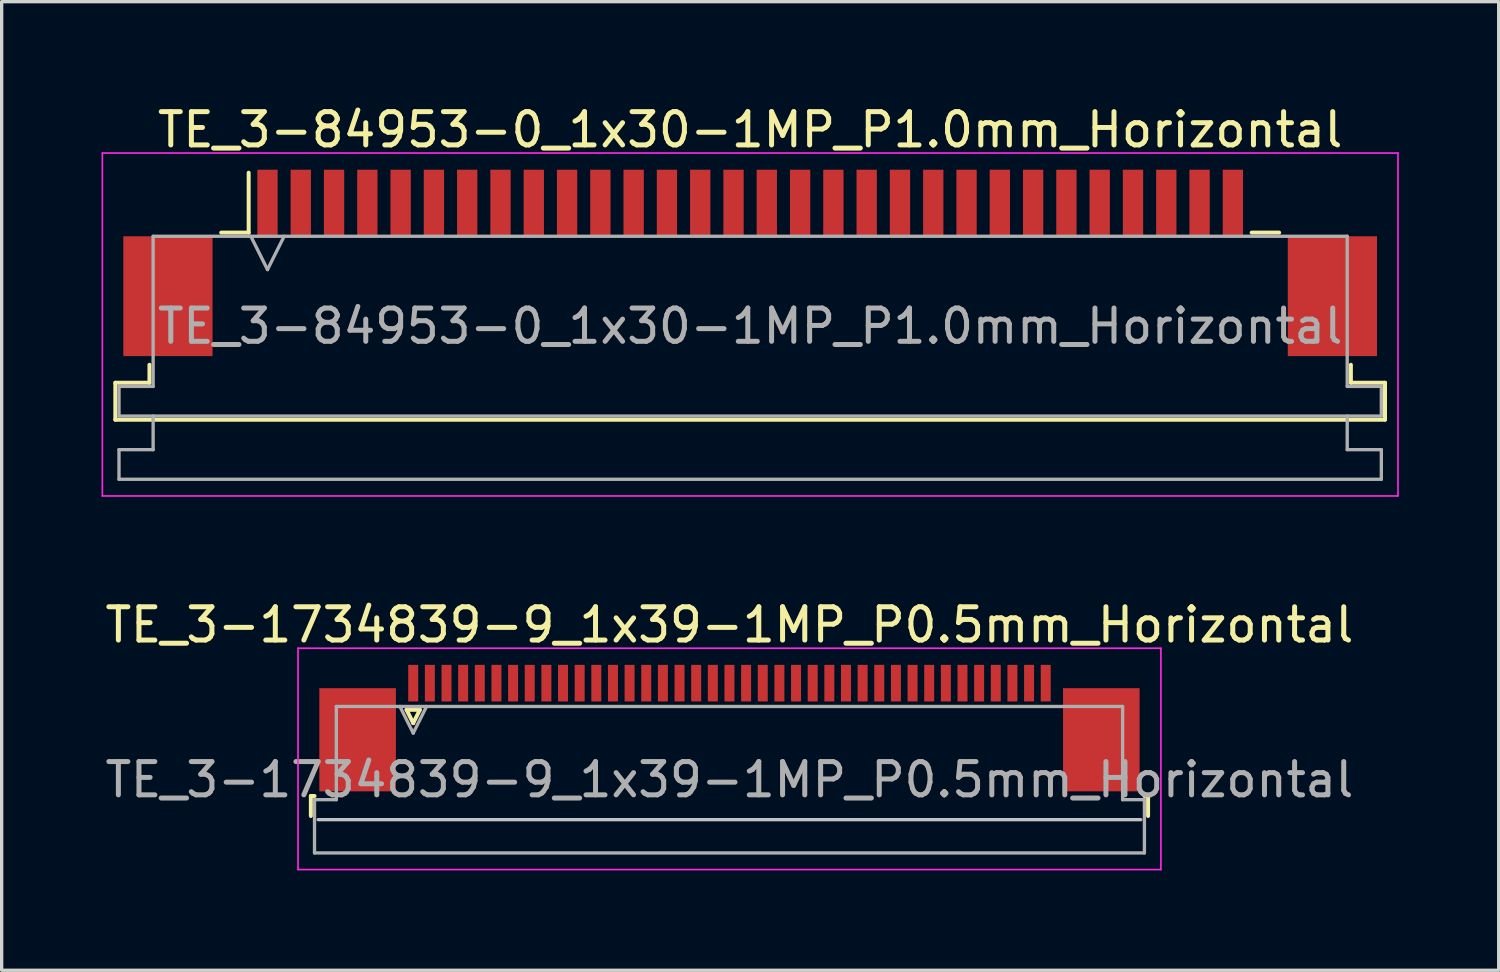
<source format=kicad_pcb>
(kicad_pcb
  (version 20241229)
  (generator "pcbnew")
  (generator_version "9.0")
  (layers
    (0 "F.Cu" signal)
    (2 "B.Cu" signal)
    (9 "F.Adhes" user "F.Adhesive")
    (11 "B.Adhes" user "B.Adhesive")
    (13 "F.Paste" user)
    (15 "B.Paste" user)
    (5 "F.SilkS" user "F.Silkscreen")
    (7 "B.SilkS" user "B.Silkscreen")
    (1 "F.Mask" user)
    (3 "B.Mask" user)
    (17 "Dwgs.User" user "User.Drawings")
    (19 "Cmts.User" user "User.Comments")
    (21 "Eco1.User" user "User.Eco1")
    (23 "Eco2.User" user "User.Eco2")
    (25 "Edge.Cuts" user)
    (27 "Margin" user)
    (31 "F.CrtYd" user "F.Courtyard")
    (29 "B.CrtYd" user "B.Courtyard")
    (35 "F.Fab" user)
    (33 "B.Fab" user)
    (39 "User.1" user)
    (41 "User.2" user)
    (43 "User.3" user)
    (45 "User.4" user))
  (footprint "TE_3-84953-0_1x30-1MP_P1.0mm_Horizontal"
    (layer "F.Cu")
    (at 19.485 4.848)
    (property "Reference" "TE_3-84953-0_1x30-1MP_P1.0mm_Horizontal" (at 0 -4 0) (layer "F.SilkS") (effects (font (size 1 1) (thickness 0.15))))
    (attr smd)
    (fp_line (start -19.07 3.6) (end -18.045 3.6) (stroke (width 0.12) (type solid)) (layer "F.SilkS"))
    (fp_line (start -19.07 4.71) (end -19.07 3.6) (stroke (width 0.12) (type solid)) (layer "F.SilkS"))
    (fp_line (start -18.045 3.6) (end -18.045 3.06) (stroke (width 0.12) (type solid)) (layer "F.SilkS"))
    (fp_line (start -15.89 -0.91) (end -15.065 -0.91) (stroke (width 0.12) (type solid)) (layer "F.SilkS"))
    (fp_line (start -15.065 -0.91) (end -15.065 -2.71) (stroke (width 0.12) (type solid)) (layer "F.SilkS"))
    (fp_line (start 15.065 -0.91) (end 15.89 -0.91) (stroke (width 0.12) (type solid)) (layer "F.SilkS"))
    (fp_line (start 18.045 3.06) (end 18.045 3.6) (stroke (width 0.12) (type solid)) (layer "F.SilkS"))
    (fp_line (start 18.045 3.6) (end 19.07 3.6) (stroke (width 0.12) (type solid)) (layer "F.SilkS"))
    (fp_line (start 19.07 3.6) (end 19.07 4.71) (stroke (width 0.12) (type solid)) (layer "F.SilkS"))
    (fp_line (start 19.07 4.71) (end -19.07 4.71) (stroke (width 0.12) (type solid)) (layer "F.SilkS"))
    (fp_line (start -19.46 -3.3) (end -19.46 7) (stroke (width 0.05) (type solid)) (layer "F.CrtYd"))
    (fp_line (start -19.46 7) (end 19.46 7) (stroke (width 0.05) (type solid)) (layer "F.CrtYd"))
    (fp_line (start 19.46 -3.3) (end -19.46 -3.3) (stroke (width 0.05) (type solid)) (layer "F.CrtYd"))
    (fp_line (start 19.46 7) (end 19.46 -3.3) (stroke (width 0.05) (type solid)) (layer "F.CrtYd"))
    (fp_line (start -18.96 3.71) (end -17.935 3.71) (stroke (width 0.1) (type solid)) (layer "F.Fab"))
    (fp_line (start -18.96 4.6) (end -18.96 3.71) (stroke (width 0.1) (type solid)) (layer "F.Fab"))
    (fp_line (start -18.96 5.61) (end -17.935 5.61) (stroke (width 0.1) (type solid)) (layer "F.Fab"))
    (fp_line (start -18.96 6.5) (end -18.96 5.61) (stroke (width 0.1) (type solid)) (layer "F.Fab"))
    (fp_line (start -17.935 -0.8) (end 17.935 -0.8) (stroke (width 0.1) (type solid)) (layer "F.Fab"))
    (fp_line (start -17.935 3.71) (end -17.935 -0.8) (stroke (width 0.1) (type solid)) (layer "F.Fab"))
    (fp_line (start -17.935 5.61) (end -17.935 4.6) (stroke (width 0.1) (type solid)) (layer "F.Fab"))
    (fp_line (start -15 -0.8) (end -14.5 0.2) (stroke (width 0.1) (type solid)) (layer "F.Fab"))
    (fp_line (start -14.5 0.2) (end -14 -0.8) (stroke (width 0.1) (type solid)) (layer "F.Fab"))
    (fp_line (start 17.935 -0.8) (end 17.935 3.71) (stroke (width 0.1) (type solid)) (layer "F.Fab"))
    (fp_line (start 17.935 3.71) (end 18.96 3.71) (stroke (width 0.1) (type solid)) (layer "F.Fab"))
    (fp_line (start 17.935 4.6) (end 17.935 5.61) (stroke (width 0.1) (type solid)) (layer "F.Fab"))
    (fp_line (start 17.935 5.61) (end 18.96 5.61) (stroke (width 0.1) (type solid)) (layer "F.Fab"))
    (fp_line (start 18.96 3.71) (end 18.96 4.6) (stroke (width 0.1) (type solid)) (layer "F.Fab"))
    (fp_line (start 18.96 4.6) (end -18.96 4.6) (stroke (width 0.1) (type solid)) (layer "F.Fab"))
    (fp_line (start 18.96 5.61) (end 18.96 6.5) (stroke (width 0.1) (type solid)) (layer "F.Fab"))
    (fp_line (start 18.96 6.5) (end -18.96 6.5) (stroke (width 0.1) (type solid)) (layer "F.Fab"))
    (fp_text user "${REFERENCE}" (at 0 1.9 0) (layer "F.Fab") (effects (font (size 1 1) (thickness 0.15))))
    (pad "1" smd rect (at -14.5 -1.8) (size 0.61 2) (layers "F.Cu" "F.Mask" "F.Paste"))
    (pad "2" smd rect (at -13.5 -1.8) (size 0.61 2) (layers "F.Cu" "F.Mask" "F.Paste"))
    (pad "3" smd rect (at -12.5 -1.8) (size 0.61 2) (layers "F.Cu" "F.Mask" "F.Paste"))
    (pad "4" smd rect (at -11.5 -1.8) (size 0.61 2) (layers "F.Cu" "F.Mask" "F.Paste"))
    (pad "5" smd rect (at -10.5 -1.8) (size 0.61 2) (layers "F.Cu" "F.Mask" "F.Paste"))
    (pad "6" smd rect (at -9.5 -1.8) (size 0.61 2) (layers "F.Cu" "F.Mask" "F.Paste"))
    (pad "7" smd rect (at -8.5 -1.8) (size 0.61 2) (layers "F.Cu" "F.Mask" "F.Paste"))
    (pad "8" smd rect (at -7.5 -1.8) (size 0.61 2) (layers "F.Cu" "F.Mask" "F.Paste"))
    (pad "9" smd rect (at -6.5 -1.8) (size 0.61 2) (layers "F.Cu" "F.Mask" "F.Paste"))
    (pad "10" smd rect (at -5.5 -1.8) (size 0.61 2) (layers "F.Cu" "F.Mask" "F.Paste"))
    (pad "11" smd rect (at -4.5 -1.8) (size 0.61 2) (layers "F.Cu" "F.Mask" "F.Paste"))
    (pad "12" smd rect (at -3.5 -1.8) (size 0.61 2) (layers "F.Cu" "F.Mask" "F.Paste"))
    (pad "13" smd rect (at -2.5 -1.8) (size 0.61 2) (layers "F.Cu" "F.Mask" "F.Paste"))
    (pad "14" smd rect (at -1.5 -1.8) (size 0.61 2) (layers "F.Cu" "F.Mask" "F.Paste"))
    (pad "15" smd rect (at -0.5 -1.8) (size 0.61 2) (layers "F.Cu" "F.Mask" "F.Paste"))
    (pad "16" smd rect (at 0.5 -1.8) (size 0.61 2) (layers "F.Cu" "F.Mask" "F.Paste"))
    (pad "17" smd rect (at 1.5 -1.8) (size 0.61 2) (layers "F.Cu" "F.Mask" "F.Paste"))
    (pad "18" smd rect (at 2.5 -1.8) (size 0.61 2) (layers "F.Cu" "F.Mask" "F.Paste"))
    (pad "19" smd rect (at 3.5 -1.8) (size 0.61 2) (layers "F.Cu" "F.Mask" "F.Paste"))
    (pad "20" smd rect (at 4.5 -1.8) (size 0.61 2) (layers "F.Cu" "F.Mask" "F.Paste"))
    (pad "21" smd rect (at 5.5 -1.8) (size 0.61 2) (layers "F.Cu" "F.Mask" "F.Paste"))
    (pad "22" smd rect (at 6.5 -1.8) (size 0.61 2) (layers "F.Cu" "F.Mask" "F.Paste"))
    (pad "23" smd rect (at 7.5 -1.8) (size 0.61 2) (layers "F.Cu" "F.Mask" "F.Paste"))
    (pad "24" smd rect (at 8.5 -1.8) (size 0.61 2) (layers "F.Cu" "F.Mask" "F.Paste"))
    (pad "25" smd rect (at 9.5 -1.8) (size 0.61 2) (layers "F.Cu" "F.Mask" "F.Paste"))
    (pad "26" smd rect (at 10.5 -1.8) (size 0.61 2) (layers "F.Cu" "F.Mask" "F.Paste"))
    (pad "27" smd rect (at 11.5 -1.8) (size 0.61 2) (layers "F.Cu" "F.Mask" "F.Paste"))
    (pad "28" smd rect (at 12.5 -1.8) (size 0.61 2) (layers "F.Cu" "F.Mask" "F.Paste"))
    (pad "29" smd rect (at 13.5 -1.8) (size 0.61 2) (layers "F.Cu" "F.Mask" "F.Paste"))
    (pad "30" smd rect (at 14.5 -1.8) (size 0.61 2) (layers "F.Cu" "F.Mask" "F.Paste"))
    (pad "MP" smd rect (at -17.49 1) (size 2.68 3.6) (layers "F.Cu" "F.Mask" "F.Paste"))
    (pad "MP" smd rect (at 17.49 1) (size 2.68 3.6) (layers "F.Cu" "F.Mask" "F.Paste")))
  (footprint "TE_3-1734839-9_1x39-1MP_P0.5mm_Horizontal"
    (layer "F.Cu")
    (at 18.863 18.822)
    (property "Reference" "TE_3-1734839-9_1x39-1MP_P0.5mm_Horizontal" (at 0 -3.1 0) (layer "F.SilkS") (effects (font (size 1 1) (thickness 0.15))))
    (attr smd)
    (fp_line (start -12.575 2.04) (end -12.575 2.64) (stroke (width 0.12) (type solid)) (layer "F.SilkS"))
    (fp_line (start -12.465 2.04) (end -12.575 2.04) (stroke (width 0.12) (type solid)) (layer "F.SilkS"))
    (fp_line (start -9.7 -0.55) (end -9.5 -0.15) (stroke (width 0.12) (type solid)) (layer "F.SilkS"))
    (fp_line (start -9.5 -0.15) (end -9.3 -0.55) (stroke (width 0.12) (type solid)) (layer "F.SilkS"))
    (fp_line (start -9.3 -0.55) (end -9.7 -0.55) (stroke (width 0.12) (type solid)) (layer "F.SilkS"))
    (fp_line (start 12.465 2.04) (end 12.575 2.04) (stroke (width 0.12) (type solid)) (layer "F.SilkS"))
    (fp_line (start 12.575 2.04) (end 12.575 2.64) (stroke (width 0.12) (type solid)) (layer "F.SilkS"))
    (fp_line (start 12.355 2.75) (end -12.355 2.75) (stroke (width 0.1) (type solid)) (layer "Dwgs.User"))
    (fp_line (start -12.96 -2.4) (end -12.96 4.25) (stroke (width 0.05) (type solid)) (layer "F.CrtYd"))
    (fp_line (start -12.96 4.25) (end 12.96 4.25) (stroke (width 0.05) (type solid)) (layer "F.CrtYd"))
    (fp_line (start 12.96 -2.4) (end -12.96 -2.4) (stroke (width 0.05) (type solid)) (layer "F.CrtYd"))
    (fp_line (start 12.96 4.25) (end 12.96 -2.4) (stroke (width 0.05) (type solid)) (layer "F.CrtYd"))
    (fp_line (start -12.465 2.15) (end -11.81 2.15) (stroke (width 0.1) (type solid)) (layer "F.Fab"))
    (fp_line (start -12.465 3.75) (end -12.465 2.15) (stroke (width 0.1) (type solid)) (layer "F.Fab"))
    (fp_line (start -11.81 -0.65) (end 11.81 -0.65) (stroke (width 0.1) (type solid)) (layer "F.Fab"))
    (fp_line (start -11.81 2.15) (end -11.81 -0.65) (stroke (width 0.1) (type solid)) (layer "F.Fab"))
    (fp_line (start -9.9 -0.65) (end -9.5 0.15) (stroke (width 0.1) (type solid)) (layer "F.Fab"))
    (fp_line (start -9.5 0.15) (end -9.1 -0.65) (stroke (width 0.1) (type solid)) (layer "F.Fab"))
    (fp_line (start 11.81 -0.65) (end 11.81 2.15) (stroke (width 0.1) (type solid)) (layer "F.Fab"))
    (fp_line (start 11.81 2.15) (end 12.465 2.15) (stroke (width 0.1) (type solid)) (layer "F.Fab"))
    (fp_line (start 12.465 2.15) (end 12.465 3.75) (stroke (width 0.1) (type solid)) (layer "F.Fab"))
    (fp_line (start 12.465 3.75) (end -12.465 3.75) (stroke (width 0.1) (type solid)) (layer "F.Fab"))
    (fp_text user "${REFERENCE}" (at 0 1.55 0) (layer "F.Fab") (effects (font (size 1 1) (thickness 0.15))))
    (pad "1" smd rect (at -9.5 -1.35) (size 0.3 1.1) (layers "F.Cu" "F.Mask" "F.Paste"))
    (pad "2" smd rect (at -9 -1.35) (size 0.3 1.1) (layers "F.Cu" "F.Mask" "F.Paste"))
    (pad "3" smd rect (at -8.5 -1.35) (size 0.3 1.1) (layers "F.Cu" "F.Mask" "F.Paste"))
    (pad "4" smd rect (at -8 -1.35) (size 0.3 1.1) (layers "F.Cu" "F.Mask" "F.Paste"))
    (pad "5" smd rect (at -7.5 -1.35) (size 0.3 1.1) (layers "F.Cu" "F.Mask" "F.Paste"))
    (pad "6" smd rect (at -7 -1.35) (size 0.3 1.1) (layers "F.Cu" "F.Mask" "F.Paste"))
    (pad "7" smd rect (at -6.5 -1.35) (size 0.3 1.1) (layers "F.Cu" "F.Mask" "F.Paste"))
    (pad "8" smd rect (at -6 -1.35) (size 0.3 1.1) (layers "F.Cu" "F.Mask" "F.Paste"))
    (pad "9" smd rect (at -5.5 -1.35) (size 0.3 1.1) (layers "F.Cu" "F.Mask" "F.Paste"))
    (pad "10" smd rect (at -5 -1.35) (size 0.3 1.1) (layers "F.Cu" "F.Mask" "F.Paste"))
    (pad "11" smd rect (at -4.5 -1.35) (size 0.3 1.1) (layers "F.Cu" "F.Mask" "F.Paste"))
    (pad "12" smd rect (at -4 -1.35) (size 0.3 1.1) (layers "F.Cu" "F.Mask" "F.Paste"))
    (pad "13" smd rect (at -3.5 -1.35) (size 0.3 1.1) (layers "F.Cu" "F.Mask" "F.Paste"))
    (pad "14" smd rect (at -3 -1.35) (size 0.3 1.1) (layers "F.Cu" "F.Mask" "F.Paste"))
    (pad "15" smd rect (at -2.5 -1.35) (size 0.3 1.1) (layers "F.Cu" "F.Mask" "F.Paste"))
    (pad "16" smd rect (at -2 -1.35) (size 0.3 1.1) (layers "F.Cu" "F.Mask" "F.Paste"))
    (pad "17" smd rect (at -1.5 -1.35) (size 0.3 1.1) (layers "F.Cu" "F.Mask" "F.Paste"))
    (pad "18" smd rect (at -1 -1.35) (size 0.3 1.1) (layers "F.Cu" "F.Mask" "F.Paste"))
    (pad "19" smd rect (at -0.5 -1.35) (size 0.3 1.1) (layers "F.Cu" "F.Mask" "F.Paste"))
    (pad "20" smd rect (at 0 -1.35) (size 0.3 1.1) (layers "F.Cu" "F.Mask" "F.Paste"))
    (pad "21" smd rect (at 0.5 -1.35) (size 0.3 1.1) (layers "F.Cu" "F.Mask" "F.Paste"))
    (pad "22" smd rect (at 1 -1.35) (size 0.3 1.1) (layers "F.Cu" "F.Mask" "F.Paste"))
    (pad "23" smd rect (at 1.5 -1.35) (size 0.3 1.1) (layers "F.Cu" "F.Mask" "F.Paste"))
    (pad "24" smd rect (at 2 -1.35) (size 0.3 1.1) (layers "F.Cu" "F.Mask" "F.Paste"))
    (pad "25" smd rect (at 2.5 -1.35) (size 0.3 1.1) (layers "F.Cu" "F.Mask" "F.Paste"))
    (pad "26" smd rect (at 3 -1.35) (size 0.3 1.1) (layers "F.Cu" "F.Mask" "F.Paste"))
    (pad "27" smd rect (at 3.5 -1.35) (size 0.3 1.1) (layers "F.Cu" "F.Mask" "F.Paste"))
    (pad "28" smd rect (at 4 -1.35) (size 0.3 1.1) (layers "F.Cu" "F.Mask" "F.Paste"))
    (pad "29" smd rect (at 4.5 -1.35) (size 0.3 1.1) (layers "F.Cu" "F.Mask" "F.Paste"))
    (pad "30" smd rect (at 5 -1.35) (size 0.3 1.1) (layers "F.Cu" "F.Mask" "F.Paste"))
    (pad "31" smd rect (at 5.5 -1.35) (size 0.3 1.1) (layers "F.Cu" "F.Mask" "F.Paste"))
    (pad "32" smd rect (at 6 -1.35) (size 0.3 1.1) (layers "F.Cu" "F.Mask" "F.Paste"))
    (pad "33" smd rect (at 6.5 -1.35) (size 0.3 1.1) (layers "F.Cu" "F.Mask" "F.Paste"))
    (pad "34" smd rect (at 7 -1.35) (size 0.3 1.1) (layers "F.Cu" "F.Mask" "F.Paste"))
    (pad "35" smd rect (at 7.5 -1.35) (size 0.3 1.1) (layers "F.Cu" "F.Mask" "F.Paste"))
    (pad "36" smd rect (at 8 -1.35) (size 0.3 1.1) (layers "F.Cu" "F.Mask" "F.Paste"))
    (pad "37" smd rect (at 8.5 -1.35) (size 0.3 1.1) (layers "F.Cu" "F.Mask" "F.Paste"))
    (pad "38" smd rect (at 9 -1.35) (size 0.3 1.1) (layers "F.Cu" "F.Mask" "F.Paste"))
    (pad "39" smd rect (at 9.5 -1.35) (size 0.3 1.1) (layers "F.Cu" "F.Mask" "F.Paste"))
    (pad "MP" smd rect (at -11.17 0.35) (size 2.3 3.1) (layers "F.Cu" "F.Mask" "F.Paste"))
    (pad "MP" smd rect (at 11.17 0.35) (size 2.3 3.1) (layers "F.Cu" "F.Mask" "F.Paste")))
  (gr_rect
    (start -3 -3)
    (end 41.97 26.096)
    (stroke (width 0.1) (type default))
    (fill no)
    (layer "Edge.Cuts")))
</source>
